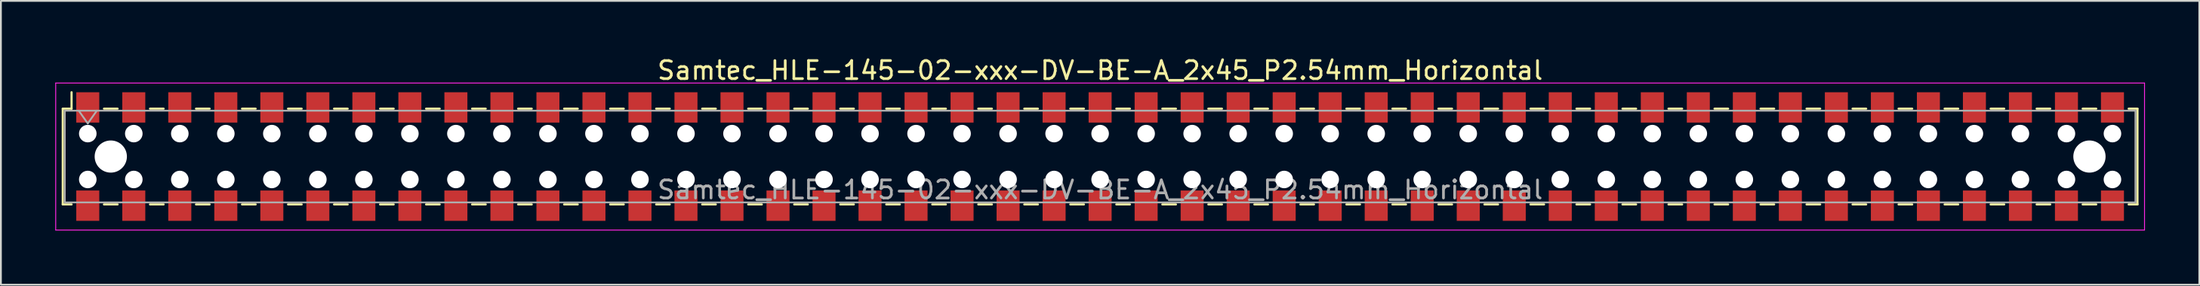
<source format=kicad_pcb>
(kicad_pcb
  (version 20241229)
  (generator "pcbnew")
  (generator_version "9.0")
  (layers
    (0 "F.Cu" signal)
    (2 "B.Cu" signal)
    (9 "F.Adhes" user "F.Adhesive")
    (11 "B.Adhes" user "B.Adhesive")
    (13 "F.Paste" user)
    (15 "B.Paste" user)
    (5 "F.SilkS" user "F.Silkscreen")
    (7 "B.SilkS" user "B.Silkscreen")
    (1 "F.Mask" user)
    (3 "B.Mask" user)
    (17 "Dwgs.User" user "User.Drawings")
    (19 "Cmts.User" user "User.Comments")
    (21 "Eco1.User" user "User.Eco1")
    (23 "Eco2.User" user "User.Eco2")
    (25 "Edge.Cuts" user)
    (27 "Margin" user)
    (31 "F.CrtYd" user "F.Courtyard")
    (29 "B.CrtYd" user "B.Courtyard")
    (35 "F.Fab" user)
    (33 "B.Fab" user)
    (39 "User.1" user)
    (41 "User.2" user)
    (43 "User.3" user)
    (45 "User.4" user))
  (footprint "Samtec_HLE-145-02-xxx-DV-BE-A_2x45_P2.54mm_Horizontal"
    (layer "F.Cu")
    (at 57.675 5.618)
    (property "Reference" "Samtec_HLE-145-02-xxx-DV-BE-A_2x45_P2.54mm_Horizontal" (at 0 -4.77 0) (layer "F.SilkS") (effects (font (size 1 1) (thickness 0.15))))
    (attr smd)
    (fp_line (start -57.26 -2.65) (end -57.26 2.65) (stroke (width 0.12) (type solid)) (layer "F.SilkS"))
    (fp_line (start -57.26 2.65) (end -56.775 2.65) (stroke (width 0.12) (type solid)) (layer "F.SilkS"))
    (fp_line (start -56.775 -3.56) (end -56.775 -2.65) (stroke (width 0.12) (type solid)) (layer "F.SilkS"))
    (fp_line (start -56.775 -2.65) (end -57.26 -2.65) (stroke (width 0.12) (type solid)) (layer "F.SilkS"))
    (fp_line (start -54.985 -2.65) (end -54.235 -2.65) (stroke (width 0.12) (type solid)) (layer "F.SilkS"))
    (fp_line (start -54.985 2.65) (end -54.235 2.65) (stroke (width 0.12) (type solid)) (layer "F.SilkS"))
    (fp_line (start -52.445 -2.65) (end -51.695 -2.65) (stroke (width 0.12) (type solid)) (layer "F.SilkS"))
    (fp_line (start -52.445 2.65) (end -51.695 2.65) (stroke (width 0.12) (type solid)) (layer "F.SilkS"))
    (fp_line (start -49.905 -2.65) (end -49.155 -2.65) (stroke (width 0.12) (type solid)) (layer "F.SilkS"))
    (fp_line (start -49.905 2.65) (end -49.155 2.65) (stroke (width 0.12) (type solid)) (layer "F.SilkS"))
    (fp_line (start -47.365 -2.65) (end -46.615 -2.65) (stroke (width 0.12) (type solid)) (layer "F.SilkS"))
    (fp_line (start -47.365 2.65) (end -46.615 2.65) (stroke (width 0.12) (type solid)) (layer "F.SilkS"))
    (fp_line (start -44.825 -2.65) (end -44.075 -2.65) (stroke (width 0.12) (type solid)) (layer "F.SilkS"))
    (fp_line (start -44.825 2.65) (end -44.075 2.65) (stroke (width 0.12) (type solid)) (layer "F.SilkS"))
    (fp_line (start -42.285 -2.65) (end -41.535 -2.65) (stroke (width 0.12) (type solid)) (layer "F.SilkS"))
    (fp_line (start -42.285 2.65) (end -41.535 2.65) (stroke (width 0.12) (type solid)) (layer "F.SilkS"))
    (fp_line (start -39.745 -2.65) (end -38.995 -2.65) (stroke (width 0.12) (type solid)) (layer "F.SilkS"))
    (fp_line (start -39.745 2.65) (end -38.995 2.65) (stroke (width 0.12) (type solid)) (layer "F.SilkS"))
    (fp_line (start -37.205 -2.65) (end -36.455 -2.65) (stroke (width 0.12) (type solid)) (layer "F.SilkS"))
    (fp_line (start -37.205 2.65) (end -36.455 2.65) (stroke (width 0.12) (type solid)) (layer "F.SilkS"))
    (fp_line (start -34.665 -2.65) (end -33.915 -2.65) (stroke (width 0.12) (type solid)) (layer "F.SilkS"))
    (fp_line (start -34.665 2.65) (end -33.915 2.65) (stroke (width 0.12) (type solid)) (layer "F.SilkS"))
    (fp_line (start -32.125 -2.65) (end -31.375 -2.65) (stroke (width 0.12) (type solid)) (layer "F.SilkS"))
    (fp_line (start -32.125 2.65) (end -31.375 2.65) (stroke (width 0.12) (type solid)) (layer "F.SilkS"))
    (fp_line (start -29.585 -2.65) (end -28.835 -2.65) (stroke (width 0.12) (type solid)) (layer "F.SilkS"))
    (fp_line (start -29.585 2.65) (end -28.835 2.65) (stroke (width 0.12) (type solid)) (layer "F.SilkS"))
    (fp_line (start -27.045 -2.65) (end -26.295 -2.65) (stroke (width 0.12) (type solid)) (layer "F.SilkS"))
    (fp_line (start -27.045 2.65) (end -26.295 2.65) (stroke (width 0.12) (type solid)) (layer "F.SilkS"))
    (fp_line (start -24.505 -2.65) (end -23.755 -2.65) (stroke (width 0.12) (type solid)) (layer "F.SilkS"))
    (fp_line (start -24.505 2.65) (end -23.755 2.65) (stroke (width 0.12) (type solid)) (layer "F.SilkS"))
    (fp_line (start -21.965 -2.65) (end -21.215 -2.65) (stroke (width 0.12) (type solid)) (layer "F.SilkS"))
    (fp_line (start -21.965 2.65) (end -21.215 2.65) (stroke (width 0.12) (type solid)) (layer "F.SilkS"))
    (fp_line (start -19.425 -2.65) (end -18.675 -2.65) (stroke (width 0.12) (type solid)) (layer "F.SilkS"))
    (fp_line (start -19.425 2.65) (end -18.675 2.65) (stroke (width 0.12) (type solid)) (layer "F.SilkS"))
    (fp_line (start -16.885 -2.65) (end -16.135 -2.65) (stroke (width 0.12) (type solid)) (layer "F.SilkS"))
    (fp_line (start -16.885 2.65) (end -16.135 2.65) (stroke (width 0.12) (type solid)) (layer "F.SilkS"))
    (fp_line (start -14.345 -2.65) (end -13.595 -2.65) (stroke (width 0.12) (type solid)) (layer "F.SilkS"))
    (fp_line (start -14.345 2.65) (end -13.595 2.65) (stroke (width 0.12) (type solid)) (layer "F.SilkS"))
    (fp_line (start -11.805 -2.65) (end -11.055 -2.65) (stroke (width 0.12) (type solid)) (layer "F.SilkS"))
    (fp_line (start -11.805 2.65) (end -11.055 2.65) (stroke (width 0.12) (type solid)) (layer "F.SilkS"))
    (fp_line (start -9.265 -2.65) (end -8.515 -2.65) (stroke (width 0.12) (type solid)) (layer "F.SilkS"))
    (fp_line (start -9.265 2.65) (end -8.515 2.65) (stroke (width 0.12) (type solid)) (layer "F.SilkS"))
    (fp_line (start -6.725 -2.65) (end -5.975 -2.65) (stroke (width 0.12) (type solid)) (layer "F.SilkS"))
    (fp_line (start -6.725 2.65) (end -5.975 2.65) (stroke (width 0.12) (type solid)) (layer "F.SilkS"))
    (fp_line (start -4.185 -2.65) (end -3.435 -2.65) (stroke (width 0.12) (type solid)) (layer "F.SilkS"))
    (fp_line (start -4.185 2.65) (end -3.435 2.65) (stroke (width 0.12) (type solid)) (layer "F.SilkS"))
    (fp_line (start -1.645 -2.65) (end -0.895 -2.65) (stroke (width 0.12) (type solid)) (layer "F.SilkS"))
    (fp_line (start -1.645 2.65) (end -0.895 2.65) (stroke (width 0.12) (type solid)) (layer "F.SilkS"))
    (fp_line (start 0.895 -2.65) (end 1.645 -2.65) (stroke (width 0.12) (type solid)) (layer "F.SilkS"))
    (fp_line (start 0.895 2.65) (end 1.645 2.65) (stroke (width 0.12) (type solid)) (layer "F.SilkS"))
    (fp_line (start 3.435 -2.65) (end 4.185 -2.65) (stroke (width 0.12) (type solid)) (layer "F.SilkS"))
    (fp_line (start 3.435 2.65) (end 4.185 2.65) (stroke (width 0.12) (type solid)) (layer "F.SilkS"))
    (fp_line (start 5.975 -2.65) (end 6.725 -2.65) (stroke (width 0.12) (type solid)) (layer "F.SilkS"))
    (fp_line (start 5.975 2.65) (end 6.725 2.65) (stroke (width 0.12) (type solid)) (layer "F.SilkS"))
    (fp_line (start 8.515 -2.65) (end 9.265 -2.65) (stroke (width 0.12) (type solid)) (layer "F.SilkS"))
    (fp_line (start 8.515 2.65) (end 9.265 2.65) (stroke (width 0.12) (type solid)) (layer "F.SilkS"))
    (fp_line (start 11.055 -2.65) (end 11.805 -2.65) (stroke (width 0.12) (type solid)) (layer "F.SilkS"))
    (fp_line (start 11.055 2.65) (end 11.805 2.65) (stroke (width 0.12) (type solid)) (layer "F.SilkS"))
    (fp_line (start 13.595 -2.65) (end 14.345 -2.65) (stroke (width 0.12) (type solid)) (layer "F.SilkS"))
    (fp_line (start 13.595 2.65) (end 14.345 2.65) (stroke (width 0.12) (type solid)) (layer "F.SilkS"))
    (fp_line (start 16.135 -2.65) (end 16.885 -2.65) (stroke (width 0.12) (type solid)) (layer "F.SilkS"))
    (fp_line (start 16.135 2.65) (end 16.885 2.65) (stroke (width 0.12) (type solid)) (layer "F.SilkS"))
    (fp_line (start 18.675 -2.65) (end 19.425 -2.65) (stroke (width 0.12) (type solid)) (layer "F.SilkS"))
    (fp_line (start 18.675 2.65) (end 19.425 2.65) (stroke (width 0.12) (type solid)) (layer "F.SilkS"))
    (fp_line (start 21.215 -2.65) (end 21.965 -2.65) (stroke (width 0.12) (type solid)) (layer "F.SilkS"))
    (fp_line (start 21.215 2.65) (end 21.965 2.65) (stroke (width 0.12) (type solid)) (layer "F.SilkS"))
    (fp_line (start 23.755 -2.65) (end 24.505 -2.65) (stroke (width 0.12) (type solid)) (layer "F.SilkS"))
    (fp_line (start 23.755 2.65) (end 24.505 2.65) (stroke (width 0.12) (type solid)) (layer "F.SilkS"))
    (fp_line (start 26.295 -2.65) (end 27.045 -2.65) (stroke (width 0.12) (type solid)) (layer "F.SilkS"))
    (fp_line (start 26.295 2.65) (end 27.045 2.65) (stroke (width 0.12) (type solid)) (layer "F.SilkS"))
    (fp_line (start 28.835 -2.65) (end 29.585 -2.65) (stroke (width 0.12) (type solid)) (layer "F.SilkS"))
    (fp_line (start 28.835 2.65) (end 29.585 2.65) (stroke (width 0.12) (type solid)) (layer "F.SilkS"))
    (fp_line (start 31.375 -2.65) (end 32.125 -2.65) (stroke (width 0.12) (type solid)) (layer "F.SilkS"))
    (fp_line (start 31.375 2.65) (end 32.125 2.65) (stroke (width 0.12) (type solid)) (layer "F.SilkS"))
    (fp_line (start 33.915 -2.65) (end 34.665 -2.65) (stroke (width 0.12) (type solid)) (layer "F.SilkS"))
    (fp_line (start 33.915 2.65) (end 34.665 2.65) (stroke (width 0.12) (type solid)) (layer "F.SilkS"))
    (fp_line (start 36.455 -2.65) (end 37.205 -2.65) (stroke (width 0.12) (type solid)) (layer "F.SilkS"))
    (fp_line (start 36.455 2.65) (end 37.205 2.65) (stroke (width 0.12) (type solid)) (layer "F.SilkS"))
    (fp_line (start 38.995 -2.65) (end 39.745 -2.65) (stroke (width 0.12) (type solid)) (layer "F.SilkS"))
    (fp_line (start 38.995 2.65) (end 39.745 2.65) (stroke (width 0.12) (type solid)) (layer "F.SilkS"))
    (fp_line (start 41.535 -2.65) (end 42.285 -2.65) (stroke (width 0.12) (type solid)) (layer "F.SilkS"))
    (fp_line (start 41.535 2.65) (end 42.285 2.65) (stroke (width 0.12) (type solid)) (layer "F.SilkS"))
    (fp_line (start 44.075 -2.65) (end 44.825 -2.65) (stroke (width 0.12) (type solid)) (layer "F.SilkS"))
    (fp_line (start 44.075 2.65) (end 44.825 2.65) (stroke (width 0.12) (type solid)) (layer "F.SilkS"))
    (fp_line (start 46.615 -2.65) (end 47.365 -2.65) (stroke (width 0.12) (type solid)) (layer "F.SilkS"))
    (fp_line (start 46.615 2.65) (end 47.365 2.65) (stroke (width 0.12) (type solid)) (layer "F.SilkS"))
    (fp_line (start 49.155 -2.65) (end 49.905 -2.65) (stroke (width 0.12) (type solid)) (layer "F.SilkS"))
    (fp_line (start 49.155 2.65) (end 49.905 2.65) (stroke (width 0.12) (type solid)) (layer "F.SilkS"))
    (fp_line (start 51.695 -2.65) (end 52.445 -2.65) (stroke (width 0.12) (type solid)) (layer "F.SilkS"))
    (fp_line (start 51.695 2.65) (end 52.445 2.65) (stroke (width 0.12) (type solid)) (layer "F.SilkS"))
    (fp_line (start 54.235 -2.65) (end 54.985 -2.65) (stroke (width 0.12) (type solid)) (layer "F.SilkS"))
    (fp_line (start 54.235 2.65) (end 54.985 2.65) (stroke (width 0.12) (type solid)) (layer "F.SilkS"))
    (fp_line (start 56.775 -2.65) (end 57.26 -2.65) (stroke (width 0.12) (type solid)) (layer "F.SilkS"))
    (fp_line (start 57.26 -2.65) (end 57.26 2.65) (stroke (width 0.12) (type solid)) (layer "F.SilkS"))
    (fp_line (start 57.26 2.65) (end 56.775 2.65) (stroke (width 0.12) (type solid)) (layer "F.SilkS"))
    (fp_line (start -57.65 -4.07) (end 57.65 -4.07) (stroke (width 0.05) (type solid)) (layer "F.CrtYd"))
    (fp_line (start -57.65 4.07) (end -57.65 -4.07) (stroke (width 0.05) (type solid)) (layer "F.CrtYd"))
    (fp_line (start 57.65 -4.07) (end 57.65 4.07) (stroke (width 0.05) (type solid)) (layer "F.CrtYd"))
    (fp_line (start 57.65 4.07) (end -57.65 4.07) (stroke (width 0.05) (type solid)) (layer "F.CrtYd"))
    (fp_line (start -57.15 -2.54) (end 57.15 -2.54) (stroke (width 0.1) (type solid)) (layer "F.Fab"))
    (fp_line (start -57.15 2.54) (end -57.15 -2.54) (stroke (width 0.1) (type solid)) (layer "F.Fab"))
    (fp_line (start -56.38 -2.54) (end -55.88 -1.833) (stroke (width 0.1) (type solid)) (layer "F.Fab"))
    (fp_line (start -55.88 -1.833) (end -55.38 -2.54) (stroke (width 0.1) (type solid)) (layer "F.Fab"))
    (fp_line (start 57.15 -2.54) (end 57.15 2.54) (stroke (width 0.1) (type solid)) (layer "F.Fab"))
    (fp_line (start 57.15 2.54) (end -57.15 2.54) (stroke (width 0.1) (type solid)) (layer "F.Fab"))
    (fp_text user "${REFERENCE}" (at 0 1.84 0) (layer "F.Fab") (effects (font (size 1 1) (thickness 0.15))))
    (pad "" np_thru_hole circle (at -55.88 -1.27) (size 0.97 0.97) (drill 0.97) (layers "*.Cu" "*.Mask"))
    (pad "" np_thru_hole circle (at -55.88 1.27) (size 0.97 0.97) (drill 0.97) (layers "*.Cu" "*.Mask"))
    (pad "" np_thru_hole circle (at -54.61 0) (size 1.78 1.78) (drill 1.78) (layers "*.Cu" "*.Mask"))
    (pad "" np_thru_hole circle (at -53.34 -1.27) (size 0.97 0.97) (drill 0.97) (layers "*.Cu" "*.Mask"))
    (pad "" np_thru_hole circle (at -53.34 1.27) (size 0.97 0.97) (drill 0.97) (layers "*.Cu" "*.Mask"))
    (pad "" np_thru_hole circle (at -50.8 -1.27) (size 0.97 0.97) (drill 0.97) (layers "*.Cu" "*.Mask"))
    (pad "" np_thru_hole circle (at -50.8 1.27) (size 0.97 0.97) (drill 0.97) (layers "*.Cu" "*.Mask"))
    (pad "" np_thru_hole circle (at -48.26 -1.27) (size 0.97 0.97) (drill 0.97) (layers "*.Cu" "*.Mask"))
    (pad "" np_thru_hole circle (at -48.26 1.27) (size 0.97 0.97) (drill 0.97) (layers "*.Cu" "*.Mask"))
    (pad "" np_thru_hole circle (at -45.72 -1.27) (size 0.97 0.97) (drill 0.97) (layers "*.Cu" "*.Mask"))
    (pad "" np_thru_hole circle (at -45.72 1.27) (size 0.97 0.97) (drill 0.97) (layers "*.Cu" "*.Mask"))
    (pad "" np_thru_hole circle (at -43.18 -1.27) (size 0.97 0.97) (drill 0.97) (layers "*.Cu" "*.Mask"))
    (pad "" np_thru_hole circle (at -43.18 1.27) (size 0.97 0.97) (drill 0.97) (layers "*.Cu" "*.Mask"))
    (pad "" np_thru_hole circle (at -40.64 -1.27) (size 0.97 0.97) (drill 0.97) (layers "*.Cu" "*.Mask"))
    (pad "" np_thru_hole circle (at -40.64 1.27) (size 0.97 0.97) (drill 0.97) (layers "*.Cu" "*.Mask"))
    (pad "" np_thru_hole circle (at -38.1 -1.27) (size 0.97 0.97) (drill 0.97) (layers "*.Cu" "*.Mask"))
    (pad "" np_thru_hole circle (at -38.1 1.27) (size 0.97 0.97) (drill 0.97) (layers "*.Cu" "*.Mask"))
    (pad "" np_thru_hole circle (at -35.56 -1.27) (size 0.97 0.97) (drill 0.97) (layers "*.Cu" "*.Mask"))
    (pad "" np_thru_hole circle (at -35.56 1.27) (size 0.97 0.97) (drill 0.97) (layers "*.Cu" "*.Mask"))
    (pad "" np_thru_hole circle (at -33.02 -1.27) (size 0.97 0.97) (drill 0.97) (layers "*.Cu" "*.Mask"))
    (pad "" np_thru_hole circle (at -33.02 1.27) (size 0.97 0.97) (drill 0.97) (layers "*.Cu" "*.Mask"))
    (pad "" np_thru_hole circle (at -30.48 -1.27) (size 0.97 0.97) (drill 0.97) (layers "*.Cu" "*.Mask"))
    (pad "" np_thru_hole circle (at -30.48 1.27) (size 0.97 0.97) (drill 0.97) (layers "*.Cu" "*.Mask"))
    (pad "" np_thru_hole circle (at -27.94 -1.27) (size 0.97 0.97) (drill 0.97) (layers "*.Cu" "*.Mask"))
    (pad "" np_thru_hole circle (at -27.94 1.27) (size 0.97 0.97) (drill 0.97) (layers "*.Cu" "*.Mask"))
    (pad "" np_thru_hole circle (at -25.4 -1.27) (size 0.97 0.97) (drill 0.97) (layers "*.Cu" "*.Mask"))
    (pad "" np_thru_hole circle (at -25.4 1.27) (size 0.97 0.97) (drill 0.97) (layers "*.Cu" "*.Mask"))
    (pad "" np_thru_hole circle (at -22.86 -1.27) (size 0.97 0.97) (drill 0.97) (layers "*.Cu" "*.Mask"))
    (pad "" np_thru_hole circle (at -22.86 1.27) (size 0.97 0.97) (drill 0.97) (layers "*.Cu" "*.Mask"))
    (pad "" np_thru_hole circle (at -20.32 -1.27) (size 0.97 0.97) (drill 0.97) (layers "*.Cu" "*.Mask"))
    (pad "" np_thru_hole circle (at -20.32 1.27) (size 0.97 0.97) (drill 0.97) (layers "*.Cu" "*.Mask"))
    (pad "" np_thru_hole circle (at -17.78 -1.27) (size 0.97 0.97) (drill 0.97) (layers "*.Cu" "*.Mask"))
    (pad "" np_thru_hole circle (at -17.78 1.27) (size 0.97 0.97) (drill 0.97) (layers "*.Cu" "*.Mask"))
    (pad "" np_thru_hole circle (at -15.24 -1.27) (size 0.97 0.97) (drill 0.97) (layers "*.Cu" "*.Mask"))
    (pad "" np_thru_hole circle (at -15.24 1.27) (size 0.97 0.97) (drill 0.97) (layers "*.Cu" "*.Mask"))
    (pad "" np_thru_hole circle (at -12.7 -1.27) (size 0.97 0.97) (drill 0.97) (layers "*.Cu" "*.Mask"))
    (pad "" np_thru_hole circle (at -12.7 1.27) (size 0.97 0.97) (drill 0.97) (layers "*.Cu" "*.Mask"))
    (pad "" np_thru_hole circle (at -10.16 -1.27) (size 0.97 0.97) (drill 0.97) (layers "*.Cu" "*.Mask"))
    (pad "" np_thru_hole circle (at -10.16 1.27) (size 0.97 0.97) (drill 0.97) (layers "*.Cu" "*.Mask"))
    (pad "" np_thru_hole circle (at -7.62 -1.27) (size 0.97 0.97) (drill 0.97) (layers "*.Cu" "*.Mask"))
    (pad "" np_thru_hole circle (at -7.62 1.27) (size 0.97 0.97) (drill 0.97) (layers "*.Cu" "*.Mask"))
    (pad "" np_thru_hole circle (at -5.08 -1.27) (size 0.97 0.97) (drill 0.97) (layers "*.Cu" "*.Mask"))
    (pad "" np_thru_hole circle (at -5.08 1.27) (size 0.97 0.97) (drill 0.97) (layers "*.Cu" "*.Mask"))
    (pad "" np_thru_hole circle (at -2.54 -1.27) (size 0.97 0.97) (drill 0.97) (layers "*.Cu" "*.Mask"))
    (pad "" np_thru_hole circle (at -2.54 1.27) (size 0.97 0.97) (drill 0.97) (layers "*.Cu" "*.Mask"))
    (pad "" np_thru_hole circle (at 0 -1.27) (size 0.97 0.97) (drill 0.97) (layers "*.Cu" "*.Mask"))
    (pad "" np_thru_hole circle (at 0 1.27) (size 0.97 0.97) (drill 0.97) (layers "*.Cu" "*.Mask"))
    (pad "" np_thru_hole circle (at 2.54 -1.27) (size 0.97 0.97) (drill 0.97) (layers "*.Cu" "*.Mask"))
    (pad "" np_thru_hole circle (at 2.54 1.27) (size 0.97 0.97) (drill 0.97) (layers "*.Cu" "*.Mask"))
    (pad "" np_thru_hole circle (at 5.08 -1.27) (size 0.97 0.97) (drill 0.97) (layers "*.Cu" "*.Mask"))
    (pad "" np_thru_hole circle (at 5.08 1.27) (size 0.97 0.97) (drill 0.97) (layers "*.Cu" "*.Mask"))
    (pad "" np_thru_hole circle (at 7.62 -1.27) (size 0.97 0.97) (drill 0.97) (layers "*.Cu" "*.Mask"))
    (pad "" np_thru_hole circle (at 7.62 1.27) (size 0.97 0.97) (drill 0.97) (layers "*.Cu" "*.Mask"))
    (pad "" np_thru_hole circle (at 10.16 -1.27) (size 0.97 0.97) (drill 0.97) (layers "*.Cu" "*.Mask"))
    (pad "" np_thru_hole circle (at 10.16 1.27) (size 0.97 0.97) (drill 0.97) (layers "*.Cu" "*.Mask"))
    (pad "" np_thru_hole circle (at 12.7 -1.27) (size 0.97 0.97) (drill 0.97) (layers "*.Cu" "*.Mask"))
    (pad "" np_thru_hole circle (at 12.7 1.27) (size 0.97 0.97) (drill 0.97) (layers "*.Cu" "*.Mask"))
    (pad "" np_thru_hole circle (at 15.24 -1.27) (size 0.97 0.97) (drill 0.97) (layers "*.Cu" "*.Mask"))
    (pad "" np_thru_hole circle (at 15.24 1.27) (size 0.97 0.97) (drill 0.97) (layers "*.Cu" "*.Mask"))
    (pad "" np_thru_hole circle (at 17.78 -1.27) (size 0.97 0.97) (drill 0.97) (layers "*.Cu" "*.Mask"))
    (pad "" np_thru_hole circle (at 17.78 1.27) (size 0.97 0.97) (drill 0.97) (layers "*.Cu" "*.Mask"))
    (pad "" np_thru_hole circle (at 20.32 -1.27) (size 0.97 0.97) (drill 0.97) (layers "*.Cu" "*.Mask"))
    (pad "" np_thru_hole circle (at 20.32 1.27) (size 0.97 0.97) (drill 0.97) (layers "*.Cu" "*.Mask"))
    (pad "" np_thru_hole circle (at 22.86 -1.27) (size 0.97 0.97) (drill 0.97) (layers "*.Cu" "*.Mask"))
    (pad "" np_thru_hole circle (at 22.86 1.27) (size 0.97 0.97) (drill 0.97) (layers "*.Cu" "*.Mask"))
    (pad "" np_thru_hole circle (at 25.4 -1.27) (size 0.97 0.97) (drill 0.97) (layers "*.Cu" "*.Mask"))
    (pad "" np_thru_hole circle (at 25.4 1.27) (size 0.97 0.97) (drill 0.97) (layers "*.Cu" "*.Mask"))
    (pad "" np_thru_hole circle (at 27.94 -1.27) (size 0.97 0.97) (drill 0.97) (layers "*.Cu" "*.Mask"))
    (pad "" np_thru_hole circle (at 27.94 1.27) (size 0.97 0.97) (drill 0.97) (layers "*.Cu" "*.Mask"))
    (pad "" np_thru_hole circle (at 30.48 -1.27) (size 0.97 0.97) (drill 0.97) (layers "*.Cu" "*.Mask"))
    (pad "" np_thru_hole circle (at 30.48 1.27) (size 0.97 0.97) (drill 0.97) (layers "*.Cu" "*.Mask"))
    (pad "" np_thru_hole circle (at 33.02 -1.27) (size 0.97 0.97) (drill 0.97) (layers "*.Cu" "*.Mask"))
    (pad "" np_thru_hole circle (at 33.02 1.27) (size 0.97 0.97) (drill 0.97) (layers "*.Cu" "*.Mask"))
    (pad "" np_thru_hole circle (at 35.56 -1.27) (size 0.97 0.97) (drill 0.97) (layers "*.Cu" "*.Mask"))
    (pad "" np_thru_hole circle (at 35.56 1.27) (size 0.97 0.97) (drill 0.97) (layers "*.Cu" "*.Mask"))
    (pad "" np_thru_hole circle (at 38.1 -1.27) (size 0.97 0.97) (drill 0.97) (layers "*.Cu" "*.Mask"))
    (pad "" np_thru_hole circle (at 38.1 1.27) (size 0.97 0.97) (drill 0.97) (layers "*.Cu" "*.Mask"))
    (pad "" np_thru_hole circle (at 40.64 -1.27) (size 0.97 0.97) (drill 0.97) (layers "*.Cu" "*.Mask"))
    (pad "" np_thru_hole circle (at 40.64 1.27) (size 0.97 0.97) (drill 0.97) (layers "*.Cu" "*.Mask"))
    (pad "" np_thru_hole circle (at 43.18 -1.27) (size 0.97 0.97) (drill 0.97) (layers "*.Cu" "*.Mask"))
    (pad "" np_thru_hole circle (at 43.18 1.27) (size 0.97 0.97) (drill 0.97) (layers "*.Cu" "*.Mask"))
    (pad "" np_thru_hole circle (at 45.72 -1.27) (size 0.97 0.97) (drill 0.97) (layers "*.Cu" "*.Mask"))
    (pad "" np_thru_hole circle (at 45.72 1.27) (size 0.97 0.97) (drill 0.97) (layers "*.Cu" "*.Mask"))
    (pad "" np_thru_hole circle (at 48.26 -1.27) (size 0.97 0.97) (drill 0.97) (layers "*.Cu" "*.Mask"))
    (pad "" np_thru_hole circle (at 48.26 1.27) (size 0.97 0.97) (drill 0.97) (layers "*.Cu" "*.Mask"))
    (pad "" np_thru_hole circle (at 50.8 -1.27) (size 0.97 0.97) (drill 0.97) (layers "*.Cu" "*.Mask"))
    (pad "" np_thru_hole circle (at 50.8 1.27) (size 0.97 0.97) (drill 0.97) (layers "*.Cu" "*.Mask"))
    (pad "" np_thru_hole circle (at 53.34 -1.27) (size 0.97 0.97) (drill 0.97) (layers "*.Cu" "*.Mask"))
    (pad "" np_thru_hole circle (at 53.34 1.27) (size 0.97 0.97) (drill 0.97) (layers "*.Cu" "*.Mask"))
    (pad "" np_thru_hole circle (at 54.61 0) (size 1.78 1.78) (drill 1.78) (layers "*.Cu" "*.Mask"))
    (pad "" np_thru_hole circle (at 55.88 -1.27) (size 0.97 0.97) (drill 0.97) (layers "*.Cu" "*.Mask"))
    (pad "" np_thru_hole circle (at 55.88 1.27) (size 0.97 0.97) (drill 0.97) (layers "*.Cu" "*.Mask"))
    (pad "1" smd rect (at -55.88 -2.72) (size 1.27 1.68) (layers "F.Cu" "F.Mask" "F.Paste"))
    (pad "2" smd rect (at -55.88 2.72) (size 1.27 1.68) (layers "F.Cu" "F.Mask" "F.Paste"))
    (pad "3" smd rect (at -53.34 -2.72) (size 1.27 1.68) (layers "F.Cu" "F.Mask" "F.Paste"))
    (pad "4" smd rect (at -53.34 2.72) (size 1.27 1.68) (layers "F.Cu" "F.Mask" "F.Paste"))
    (pad "5" smd rect (at -50.8 -2.72) (size 1.27 1.68) (layers "F.Cu" "F.Mask" "F.Paste"))
    (pad "6" smd rect (at -50.8 2.72) (size 1.27 1.68) (layers "F.Cu" "F.Mask" "F.Paste"))
    (pad "7" smd rect (at -48.26 -2.72) (size 1.27 1.68) (layers "F.Cu" "F.Mask" "F.Paste"))
    (pad "8" smd rect (at -48.26 2.72) (size 1.27 1.68) (layers "F.Cu" "F.Mask" "F.Paste"))
    (pad "9" smd rect (at -45.72 -2.72) (size 1.27 1.68) (layers "F.Cu" "F.Mask" "F.Paste"))
    (pad "10" smd rect (at -45.72 2.72) (size 1.27 1.68) (layers "F.Cu" "F.Mask" "F.Paste"))
    (pad "11" smd rect (at -43.18 -2.72) (size 1.27 1.68) (layers "F.Cu" "F.Mask" "F.Paste"))
    (pad "12" smd rect (at -43.18 2.72) (size 1.27 1.68) (layers "F.Cu" "F.Mask" "F.Paste"))
    (pad "13" smd rect (at -40.64 -2.72) (size 1.27 1.68) (layers "F.Cu" "F.Mask" "F.Paste"))
    (pad "14" smd rect (at -40.64 2.72) (size 1.27 1.68) (layers "F.Cu" "F.Mask" "F.Paste"))
    (pad "15" smd rect (at -38.1 -2.72) (size 1.27 1.68) (layers "F.Cu" "F.Mask" "F.Paste"))
    (pad "16" smd rect (at -38.1 2.72) (size 1.27 1.68) (layers "F.Cu" "F.Mask" "F.Paste"))
    (pad "17" smd rect (at -35.56 -2.72) (size 1.27 1.68) (layers "F.Cu" "F.Mask" "F.Paste"))
    (pad "18" smd rect (at -35.56 2.72) (size 1.27 1.68) (layers "F.Cu" "F.Mask" "F.Paste"))
    (pad "19" smd rect (at -33.02 -2.72) (size 1.27 1.68) (layers "F.Cu" "F.Mask" "F.Paste"))
    (pad "20" smd rect (at -33.02 2.72) (size 1.27 1.68) (layers "F.Cu" "F.Mask" "F.Paste"))
    (pad "21" smd rect (at -30.48 -2.72) (size 1.27 1.68) (layers "F.Cu" "F.Mask" "F.Paste"))
    (pad "22" smd rect (at -30.48 2.72) (size 1.27 1.68) (layers "F.Cu" "F.Mask" "F.Paste"))
    (pad "23" smd rect (at -27.94 -2.72) (size 1.27 1.68) (layers "F.Cu" "F.Mask" "F.Paste"))
    (pad "24" smd rect (at -27.94 2.72) (size 1.27 1.68) (layers "F.Cu" "F.Mask" "F.Paste"))
    (pad "25" smd rect (at -25.4 -2.72) (size 1.27 1.68) (layers "F.Cu" "F.Mask" "F.Paste"))
    (pad "26" smd rect (at -25.4 2.72) (size 1.27 1.68) (layers "F.Cu" "F.Mask" "F.Paste"))
    (pad "27" smd rect (at -22.86 -2.72) (size 1.27 1.68) (layers "F.Cu" "F.Mask" "F.Paste"))
    (pad "28" smd rect (at -22.86 2.72) (size 1.27 1.68) (layers "F.Cu" "F.Mask" "F.Paste"))
    (pad "29" smd rect (at -20.32 -2.72) (size 1.27 1.68) (layers "F.Cu" "F.Mask" "F.Paste"))
    (pad "30" smd rect (at -20.32 2.72) (size 1.27 1.68) (layers "F.Cu" "F.Mask" "F.Paste"))
    (pad "31" smd rect (at -17.78 -2.72) (size 1.27 1.68) (layers "F.Cu" "F.Mask" "F.Paste"))
    (pad "32" smd rect (at -17.78 2.72) (size 1.27 1.68) (layers "F.Cu" "F.Mask" "F.Paste"))
    (pad "33" smd rect (at -15.24 -2.72) (size 1.27 1.68) (layers "F.Cu" "F.Mask" "F.Paste"))
    (pad "34" smd rect (at -15.24 2.72) (size 1.27 1.68) (layers "F.Cu" "F.Mask" "F.Paste"))
    (pad "35" smd rect (at -12.7 -2.72) (size 1.27 1.68) (layers "F.Cu" "F.Mask" "F.Paste"))
    (pad "36" smd rect (at -12.7 2.72) (size 1.27 1.68) (layers "F.Cu" "F.Mask" "F.Paste"))
    (pad "37" smd rect (at -10.16 -2.72) (size 1.27 1.68) (layers "F.Cu" "F.Mask" "F.Paste"))
    (pad "38" smd rect (at -10.16 2.72) (size 1.27 1.68) (layers "F.Cu" "F.Mask" "F.Paste"))
    (pad "39" smd rect (at -7.62 -2.72) (size 1.27 1.68) (layers "F.Cu" "F.Mask" "F.Paste"))
    (pad "40" smd rect (at -7.62 2.72) (size 1.27 1.68) (layers "F.Cu" "F.Mask" "F.Paste"))
    (pad "41" smd rect (at -5.08 -2.72) (size 1.27 1.68) (layers "F.Cu" "F.Mask" "F.Paste"))
    (pad "42" smd rect (at -5.08 2.72) (size 1.27 1.68) (layers "F.Cu" "F.Mask" "F.Paste"))
    (pad "43" smd rect (at -2.54 -2.72) (size 1.27 1.68) (layers "F.Cu" "F.Mask" "F.Paste"))
    (pad "44" smd rect (at -2.54 2.72) (size 1.27 1.68) (layers "F.Cu" "F.Mask" "F.Paste"))
    (pad "45" smd rect (at 0 -2.72) (size 1.27 1.68) (layers "F.Cu" "F.Mask" "F.Paste"))
    (pad "46" smd rect (at 0 2.72) (size 1.27 1.68) (layers "F.Cu" "F.Mask" "F.Paste"))
    (pad "47" smd rect (at 2.54 -2.72) (size 1.27 1.68) (layers "F.Cu" "F.Mask" "F.Paste"))
    (pad "48" smd rect (at 2.54 2.72) (size 1.27 1.68) (layers "F.Cu" "F.Mask" "F.Paste"))
    (pad "49" smd rect (at 5.08 -2.72) (size 1.27 1.68) (layers "F.Cu" "F.Mask" "F.Paste"))
    (pad "50" smd rect (at 5.08 2.72) (size 1.27 1.68) (layers "F.Cu" "F.Mask" "F.Paste"))
    (pad "51" smd rect (at 7.62 -2.72) (size 1.27 1.68) (layers "F.Cu" "F.Mask" "F.Paste"))
    (pad "52" smd rect (at 7.62 2.72) (size 1.27 1.68) (layers "F.Cu" "F.Mask" "F.Paste"))
    (pad "53" smd rect (at 10.16 -2.72) (size 1.27 1.68) (layers "F.Cu" "F.Mask" "F.Paste"))
    (pad "54" smd rect (at 10.16 2.72) (size 1.27 1.68) (layers "F.Cu" "F.Mask" "F.Paste"))
    (pad "55" smd rect (at 12.7 -2.72) (size 1.27 1.68) (layers "F.Cu" "F.Mask" "F.Paste"))
    (pad "56" smd rect (at 12.7 2.72) (size 1.27 1.68) (layers "F.Cu" "F.Mask" "F.Paste"))
    (pad "57" smd rect (at 15.24 -2.72) (size 1.27 1.68) (layers "F.Cu" "F.Mask" "F.Paste"))
    (pad "58" smd rect (at 15.24 2.72) (size 1.27 1.68) (layers "F.Cu" "F.Mask" "F.Paste"))
    (pad "59" smd rect (at 17.78 -2.72) (size 1.27 1.68) (layers "F.Cu" "F.Mask" "F.Paste"))
    (pad "60" smd rect (at 17.78 2.72) (size 1.27 1.68) (layers "F.Cu" "F.Mask" "F.Paste"))
    (pad "61" smd rect (at 20.32 -2.72) (size 1.27 1.68) (layers "F.Cu" "F.Mask" "F.Paste"))
    (pad "62" smd rect (at 20.32 2.72) (size 1.27 1.68) (layers "F.Cu" "F.Mask" "F.Paste"))
    (pad "63" smd rect (at 22.86 -2.72) (size 1.27 1.68) (layers "F.Cu" "F.Mask" "F.Paste"))
    (pad "64" smd rect (at 22.86 2.72) (size 1.27 1.68) (layers "F.Cu" "F.Mask" "F.Paste"))
    (pad "65" smd rect (at 25.4 -2.72) (size 1.27 1.68) (layers "F.Cu" "F.Mask" "F.Paste"))
    (pad "66" smd rect (at 25.4 2.72) (size 1.27 1.68) (layers "F.Cu" "F.Mask" "F.Paste"))
    (pad "67" smd rect (at 27.94 -2.72) (size 1.27 1.68) (layers "F.Cu" "F.Mask" "F.Paste"))
    (pad "68" smd rect (at 27.94 2.72) (size 1.27 1.68) (layers "F.Cu" "F.Mask" "F.Paste"))
    (pad "69" smd rect (at 30.48 -2.72) (size 1.27 1.68) (layers "F.Cu" "F.Mask" "F.Paste"))
    (pad "70" smd rect (at 30.48 2.72) (size 1.27 1.68) (layers "F.Cu" "F.Mask" "F.Paste"))
    (pad "71" smd rect (at 33.02 -2.72) (size 1.27 1.68) (layers "F.Cu" "F.Mask" "F.Paste"))
    (pad "72" smd rect (at 33.02 2.72) (size 1.27 1.68) (layers "F.Cu" "F.Mask" "F.Paste"))
    (pad "73" smd rect (at 35.56 -2.72) (size 1.27 1.68) (layers "F.Cu" "F.Mask" "F.Paste"))
    (pad "74" smd rect (at 35.56 2.72) (size 1.27 1.68) (layers "F.Cu" "F.Mask" "F.Paste"))
    (pad "75" smd rect (at 38.1 -2.72) (size 1.27 1.68) (layers "F.Cu" "F.Mask" "F.Paste"))
    (pad "76" smd rect (at 38.1 2.72) (size 1.27 1.68) (layers "F.Cu" "F.Mask" "F.Paste"))
    (pad "77" smd rect (at 40.64 -2.72) (size 1.27 1.68) (layers "F.Cu" "F.Mask" "F.Paste"))
    (pad "78" smd rect (at 40.64 2.72) (size 1.27 1.68) (layers "F.Cu" "F.Mask" "F.Paste"))
    (pad "79" smd rect (at 43.18 -2.72) (size 1.27 1.68) (layers "F.Cu" "F.Mask" "F.Paste"))
    (pad "80" smd rect (at 43.18 2.72) (size 1.27 1.68) (layers "F.Cu" "F.Mask" "F.Paste"))
    (pad "81" smd rect (at 45.72 -2.72) (size 1.27 1.68) (layers "F.Cu" "F.Mask" "F.Paste"))
    (pad "82" smd rect (at 45.72 2.72) (size 1.27 1.68) (layers "F.Cu" "F.Mask" "F.Paste"))
    (pad "83" smd rect (at 48.26 -2.72) (size 1.27 1.68) (layers "F.Cu" "F.Mask" "F.Paste"))
    (pad "84" smd rect (at 48.26 2.72) (size 1.27 1.68) (layers "F.Cu" "F.Mask" "F.Paste"))
    (pad "85" smd rect (at 50.8 -2.72) (size 1.27 1.68) (layers "F.Cu" "F.Mask" "F.Paste"))
    (pad "86" smd rect (at 50.8 2.72) (size 1.27 1.68) (layers "F.Cu" "F.Mask" "F.Paste"))
    (pad "87" smd rect (at 53.34 -2.72) (size 1.27 1.68) (layers "F.Cu" "F.Mask" "F.Paste"))
    (pad "88" smd rect (at 53.34 2.72) (size 1.27 1.68) (layers "F.Cu" "F.Mask" "F.Paste"))
    (pad "89" smd rect (at 55.88 -2.72) (size 1.27 1.68) (layers "F.Cu" "F.Mask" "F.Paste"))
    (pad "90" smd rect (at 55.88 2.72) (size 1.27 1.68) (layers "F.Cu" "F.Mask" "F.Paste")))
  (gr_rect
    (start -3 -3)
    (end 118.35 12.713)
    (stroke (width 0.1) (type default))
    (fill no)
    (layer "Edge.Cuts")))
</source>
